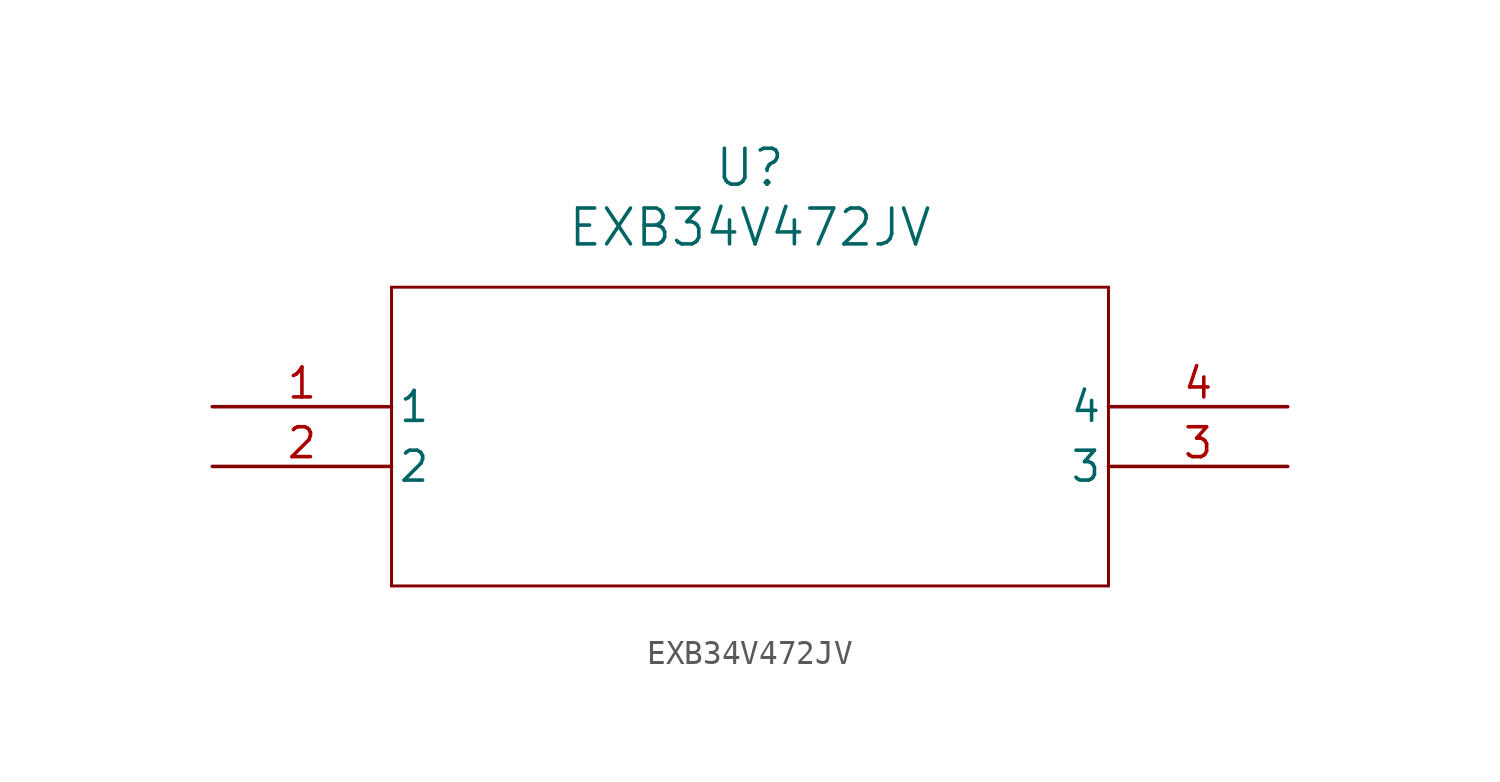
<source format=kicad_sym>
(kicad_symbol_lib
  (version 20211014)
  (generator kicad_symbol_editor)
  (symbol "EXB34V472JV"
    (pin_names
      (offset 0.254))
    (property "Reference" "U"
      (at 22.86 10.16 0)
      (effects (font (size 1.524 1.524))))
    (property "Value" "EXB34V472JV"
      (at 22.86 7.62 0)
      (effects (font (size 1.524 1.524))))
    (symbol "EXB34V472JV_0_1"
      (polyline (pts (xy 7.62 5.08) (xy 7.62 -7.62)) (stroke (width 0.127) (type default) (color 0 0 0 0)) (fill (type none)))
      (polyline (pts (xy 7.62 -7.62) (xy 38.1 -7.62)) (stroke (width 0.127) (type default) (color 0 0 0 0)) (fill (type none)))
      (polyline (pts (xy 38.1 -7.62) (xy 38.1 5.08)) (stroke (width 0.127) (type default) (color 0 0 0 0)) (fill (type none)))
      (polyline (pts (xy 38.1 5.08) (xy 7.62 5.08)) (stroke (width 0.127) (type default) (color 0 0 0 0)) (fill (type none)))
      (pin unspecified line (at 0 0 0) (length 7.62) (name "1" (effects (font (size 1.27 1.27)))) (number "1" (effects (font (size 1.27 1.27)))))
      (pin unspecified line (at 0 -2.54 0) (length 7.62) (name "2" (effects (font (size 1.27 1.27)))) (number "2" (effects (font (size 1.27 1.27)))))
      (pin unspecified line (at 45.72 -2.54 180) (length 7.62) (name "3" (effects (font (size 1.27 1.27)))) (number "3" (effects (font (size 1.27 1.27)))))
      (pin unspecified line (at 45.72 0 180) (length 7.62) (name "4" (effects (font (size 1.27 1.27)))) (number "4" (effects (font (size 1.27 1.27))))))))
</source>
